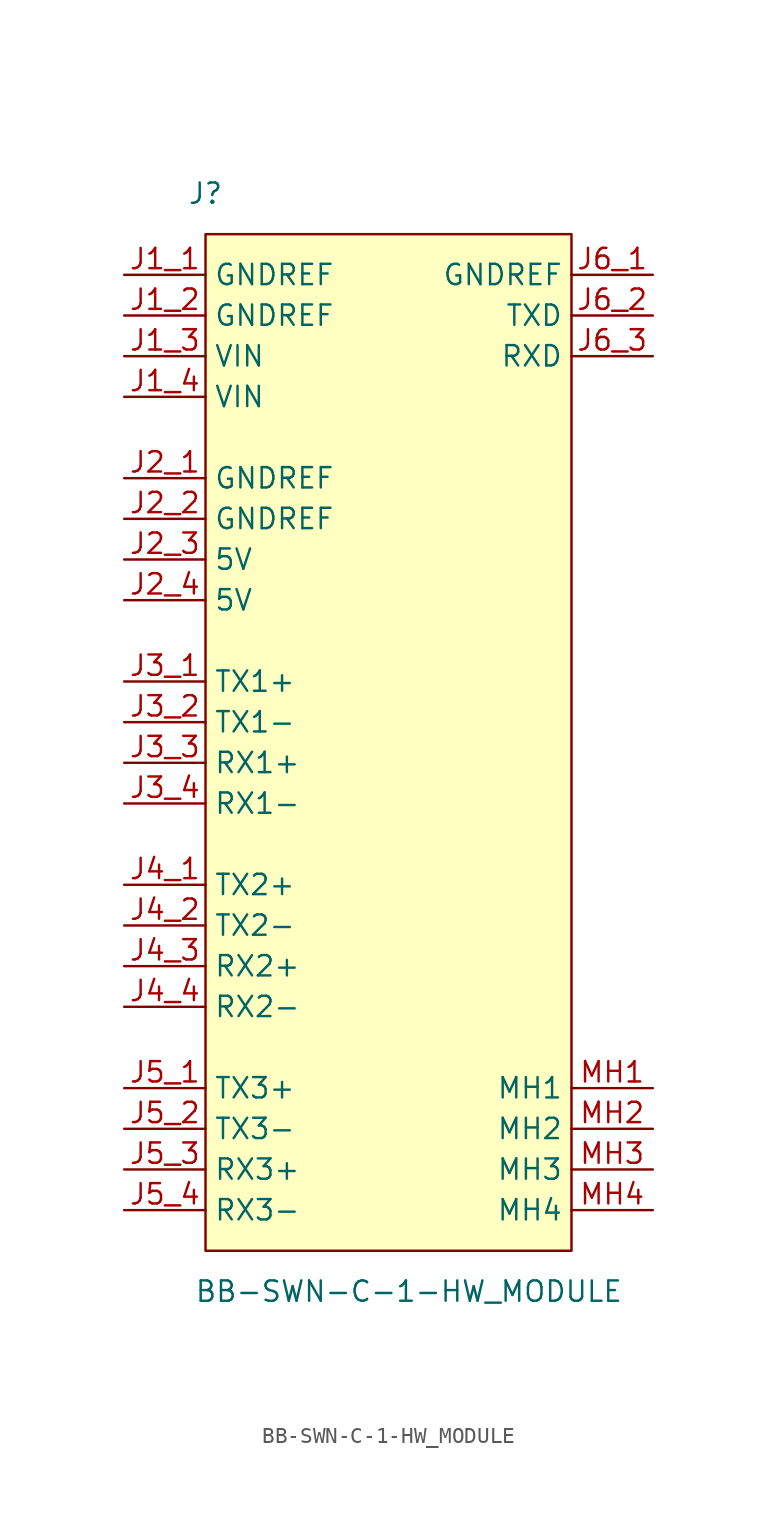
<source format=kicad_sym>
(kicad_symbol_lib
  (version 20220914)
  (generator kicad_symbol_editor)
  (symbol "BB-SWN-C-1-HW_MODULE"
    (property "Reference" "J"
      (at 0 66.04 0)
      (effects (font (size 1.27 1.27))))
    (property "Value" "BB-SWN-C-1-HW_MODULE"
      (at 12.7 -2.54 0)
      (effects (font (size 1.27 1.27))))
    (symbol "BB-SWN-C-1-HW_MODULE_1_0"
      (rectangle (start 22.86 63.5) (end 0 0) (stroke (width 0) (type solid)) (fill (type background)))
      (pin passive line (at -5.08 60.96 0) (length 5.08) (name "GNDREF" (effects (font (size 1.27 1.27)))) (number "J1_1" (effects (font (size 1.27 1.27)))))
      (pin passive line (at -5.08 58.42 0) (length 5.08) (name "GNDREF" (effects (font (size 1.27 1.27)))) (number "J1_2" (effects (font (size 1.27 1.27)))))
      (pin power_in line (at -5.08 55.88 0) (length 5.08) (name "VIN" (effects (font (size 1.27 1.27)))) (number "J1_3" (effects (font (size 1.27 1.27)))))
      (pin power_in line (at -5.08 53.34 0) (length 5.08) (name "VIN" (effects (font (size 1.27 1.27)))) (number "J1_4" (effects (font (size 1.27 1.27)))))
      (pin power_in line (at -5.08 48.26 0) (length 5.08) (name "GNDREF" (effects (font (size 1.27 1.27)))) (number "J2_1" (effects (font (size 1.27 1.27)))))
      (pin power_in line (at -5.08 45.72 0) (length 5.08) (name "GNDREF" (effects (font (size 1.27 1.27)))) (number "J2_2" (effects (font (size 1.27 1.27)))))
      (pin power_in line (at -5.08 43.18 0) (length 5.08) (name "5V" (effects (font (size 1.27 1.27)))) (number "J2_3" (effects (font (size 1.27 1.27)))))
      (pin power_in line (at -5.08 40.64 0) (length 5.08) (name "5V" (effects (font (size 1.27 1.27)))) (number "J2_4" (effects (font (size 1.27 1.27)))))
      (pin passive line (at -5.08 35.56 0) (length 5.08) (name "TX1+" (effects (font (size 1.27 1.27)))) (number "J3_1" (effects (font (size 1.27 1.27)))))
      (pin passive line (at -5.08 33.02 0) (length 5.08) (name "TX1-" (effects (font (size 1.27 1.27)))) (number "J3_2" (effects (font (size 1.27 1.27)))))
      (pin passive line (at -5.08 30.48 0) (length 5.08) (name "RX1+" (effects (font (size 1.27 1.27)))) (number "J3_3" (effects (font (size 1.27 1.27)))))
      (pin passive line (at -5.08 27.94 0) (length 5.08) (name "RX1-" (effects (font (size 1.27 1.27)))) (number "J3_4" (effects (font (size 1.27 1.27)))))
      (pin passive line (at -5.08 22.86 0) (length 5.08) (name "TX2+" (effects (font (size 1.27 1.27)))) (number "J4_1" (effects (font (size 1.27 1.27)))))
      (pin passive line (at -5.08 20.32 0) (length 5.08) (name "TX2-" (effects (font (size 1.27 1.27)))) (number "J4_2" (effects (font (size 1.27 1.27)))))
      (pin passive line (at -5.08 17.78 0) (length 5.08) (name "RX2+" (effects (font (size 1.27 1.27)))) (number "J4_3" (effects (font (size 1.27 1.27)))))
      (pin passive line (at -5.08 15.24 0) (length 5.08) (name "RX2-" (effects (font (size 1.27 1.27)))) (number "J4_4" (effects (font (size 1.27 1.27)))))
      (pin passive line (at -5.08 10.16 0) (length 5.08) (name "TX3+" (effects (font (size 1.27 1.27)))) (number "J5_1" (effects (font (size 1.27 1.27)))))
      (pin passive line (at -5.08 7.62 0) (length 5.08) (name "TX3-" (effects (font (size 1.27 1.27)))) (number "J5_2" (effects (font (size 1.27 1.27)))))
      (pin passive line (at -5.08 5.08 0) (length 5.08) (name "RX3+" (effects (font (size 1.27 1.27)))) (number "J5_3" (effects (font (size 1.27 1.27)))))
      (pin passive line (at -5.08 2.54 0) (length 5.08) (name "RX3-" (effects (font (size 1.27 1.27)))) (number "J5_4" (effects (font (size 1.27 1.27)))))
      (pin power_in line (at 27.94 60.96 180) (length 5.08) (name "GNDREF" (effects (font (size 1.27 1.27)))) (number "J6_1" (effects (font (size 1.27 1.27)))))
      (pin passive line (at 27.94 58.42 180) (length 5.08) (name "TXD" (effects (font (size 1.27 1.27)))) (number "J6_2" (effects (font (size 1.27 1.27)))))
      (pin passive line (at 27.94 55.88 180) (length 5.08) (name "RXD" (effects (font (size 1.27 1.27)))) (number "J6_3" (effects (font (size 1.27 1.27)))))
      (pin passive line (at 27.94 10.16 180) (length 5.08) (name "MH1" (effects (font (size 1.27 1.27)))) (number "MH1" (effects (font (size 1.27 1.27)))))
      (pin passive line (at 27.94 7.62 180) (length 5.08) (name "MH2" (effects (font (size 1.27 1.27)))) (number "MH2" (effects (font (size 1.27 1.27)))))
      (pin passive line (at 27.94 5.08 180) (length 5.08) (name "MH3" (effects (font (size 1.27 1.27)))) (number "MH3" (effects (font (size 1.27 1.27)))))
      (pin passive line (at 27.94 2.54 180) (length 5.08) (name "MH4" (effects (font (size 1.27 1.27)))) (number "MH4" (effects (font (size 1.27 1.27))))))))
</source>
